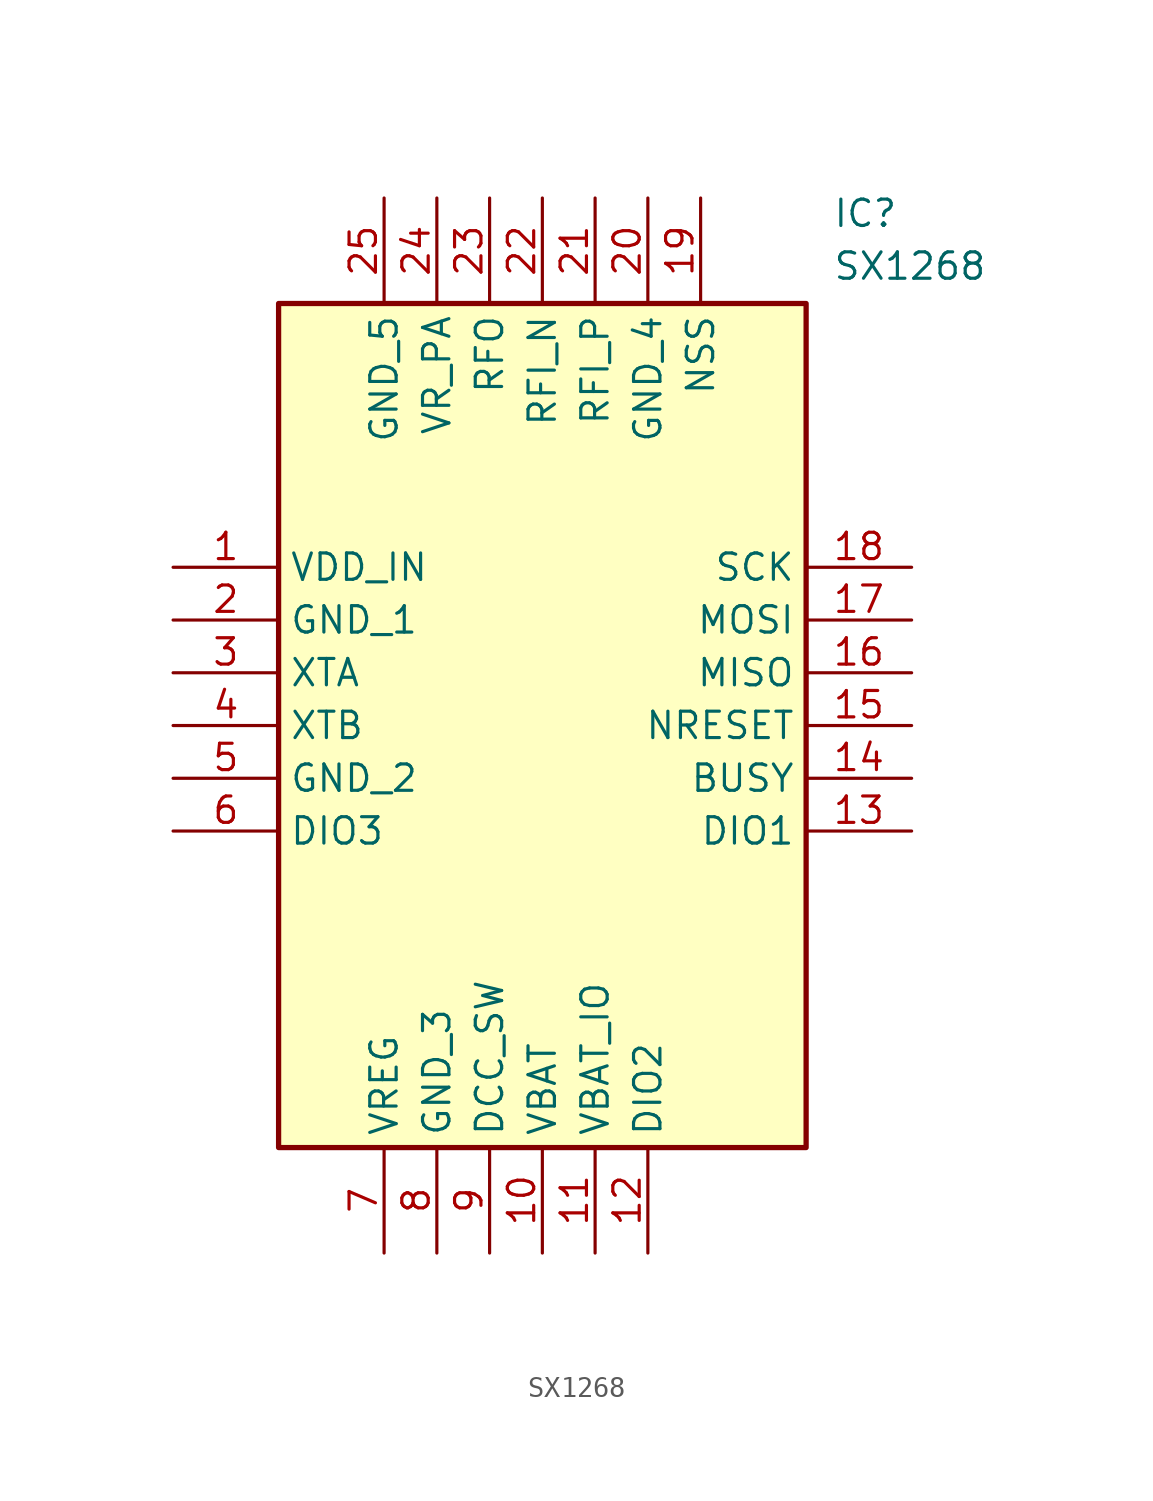
<source format=kicad_sym>
(kicad_symbol_lib
  (version 20211014)
  (generator SamacSys_ECAD_Model)
  (symbol "SX1268"
    (property "Reference" "IC"
      (at 31.75 17.78 0)
      (effects (font (size 1.27 1.27)) (justify left top)))
    (property "Value" "SX1268"
      (at 31.75 15.24 0)
      (effects (font (size 1.27 1.27)) (justify left top)))
    (rectangle
      (start 5.08 12.7)
      (end 30.48 -27.94)
      (stroke (width 0.254) (type default))
      (fill (type background)))
    (pin passive line
      (at 0 0 0)
      (length 5.08)
      (name "VDD_IN" (effects (font (size 1.27 1.27))))
      (number "1" (effects (font (size 1.27 1.27)))))
    (pin passive line
      (at 0 -2.54 0)
      (length 5.08)
      (name "GND_1" (effects (font (size 1.27 1.27))))
      (number "2" (effects (font (size 1.27 1.27)))))
    (pin passive line
      (at 0 -5.08 0)
      (length 5.08)
      (name "XTA" (effects (font (size 1.27 1.27))))
      (number "3" (effects (font (size 1.27 1.27)))))
    (pin passive line
      (at 0 -7.62 0)
      (length 5.08)
      (name "XTB" (effects (font (size 1.27 1.27))))
      (number "4" (effects (font (size 1.27 1.27)))))
    (pin passive line
      (at 0 -10.16 0)
      (length 5.08)
      (name "GND_2" (effects (font (size 1.27 1.27))))
      (number "5" (effects (font (size 1.27 1.27)))))
    (pin passive line
      (at 0 -12.7 0)
      (length 5.08)
      (name "DIO3" (effects (font (size 1.27 1.27))))
      (number "6" (effects (font (size 1.27 1.27)))))
    (pin passive line
      (at 10.16 -33.02 90)
      (length 5.08)
      (name "VREG" (effects (font (size 1.27 1.27))))
      (number "7" (effects (font (size 1.27 1.27)))))
    (pin passive line
      (at 12.7 -33.02 90)
      (length 5.08)
      (name "GND_3" (effects (font (size 1.27 1.27))))
      (number "8" (effects (font (size 1.27 1.27)))))
    (pin passive line
      (at 15.24 -33.02 90)
      (length 5.08)
      (name "DCC_SW" (effects (font (size 1.27 1.27))))
      (number "9" (effects (font (size 1.27 1.27)))))
    (pin passive line
      (at 17.78 -33.02 90)
      (length 5.08)
      (name "VBAT" (effects (font (size 1.27 1.27))))
      (number "10" (effects (font (size 1.27 1.27)))))
    (pin passive line
      (at 20.32 -33.02 90)
      (length 5.08)
      (name "VBAT_IO" (effects (font (size 1.27 1.27))))
      (number "11" (effects (font (size 1.27 1.27)))))
    (pin passive line
      (at 22.86 -33.02 90)
      (length 5.08)
      (name "DIO2" (effects (font (size 1.27 1.27))))
      (number "12" (effects (font (size 1.27 1.27)))))
    (pin passive line
      (at 35.56 0 180)
      (length 5.08)
      (name "SCK" (effects (font (size 1.27 1.27))))
      (number "18" (effects (font (size 1.27 1.27)))))
    (pin passive line
      (at 35.56 -2.54 180)
      (length 5.08)
      (name "MOSI" (effects (font (size 1.27 1.27))))
      (number "17" (effects (font (size 1.27 1.27)))))
    (pin passive line
      (at 35.56 -5.08 180)
      (length 5.08)
      (name "MISO" (effects (font (size 1.27 1.27))))
      (number "16" (effects (font (size 1.27 1.27)))))
    (pin passive line
      (at 35.56 -7.62 180)
      (length 5.08)
      (name "NRESET" (effects (font (size 1.27 1.27))))
      (number "15" (effects (font (size 1.27 1.27)))))
    (pin passive line
      (at 35.56 -10.16 180)
      (length 5.08)
      (name "BUSY" (effects (font (size 1.27 1.27))))
      (number "14" (effects (font (size 1.27 1.27)))))
    (pin passive line
      (at 35.56 -12.7 180)
      (length 5.08)
      (name "DIO1" (effects (font (size 1.27 1.27))))
      (number "13" (effects (font (size 1.27 1.27)))))
    (pin passive line
      (at 10.16 17.78 270)
      (length 5.08)
      (name "GND_5" (effects (font (size 1.27 1.27))))
      (number "25" (effects (font (size 1.27 1.27)))))
    (pin passive line
      (at 12.7 17.78 270)
      (length 5.08)
      (name "VR_PA" (effects (font (size 1.27 1.27))))
      (number "24" (effects (font (size 1.27 1.27)))))
    (pin passive line
      (at 15.24 17.78 270)
      (length 5.08)
      (name "RFO" (effects (font (size 1.27 1.27))))
      (number "23" (effects (font (size 1.27 1.27)))))
    (pin passive line
      (at 17.78 17.78 270)
      (length 5.08)
      (name "RFI_N" (effects (font (size 1.27 1.27))))
      (number "22" (effects (font (size 1.27 1.27)))))
    (pin passive line
      (at 20.32 17.78 270)
      (length 5.08)
      (name "RFI_P" (effects (font (size 1.27 1.27))))
      (number "21" (effects (font (size 1.27 1.27)))))
    (pin passive line
      (at 22.86 17.78 270)
      (length 5.08)
      (name "GND_4" (effects (font (size 1.27 1.27))))
      (number "20" (effects (font (size 1.27 1.27)))))
    (pin passive line
      (at 25.4 17.78 270)
      (length 5.08)
      (name "NSS" (effects (font (size 1.27 1.27))))
      (number "19" (effects (font (size 1.27 1.27)))))))
</source>
